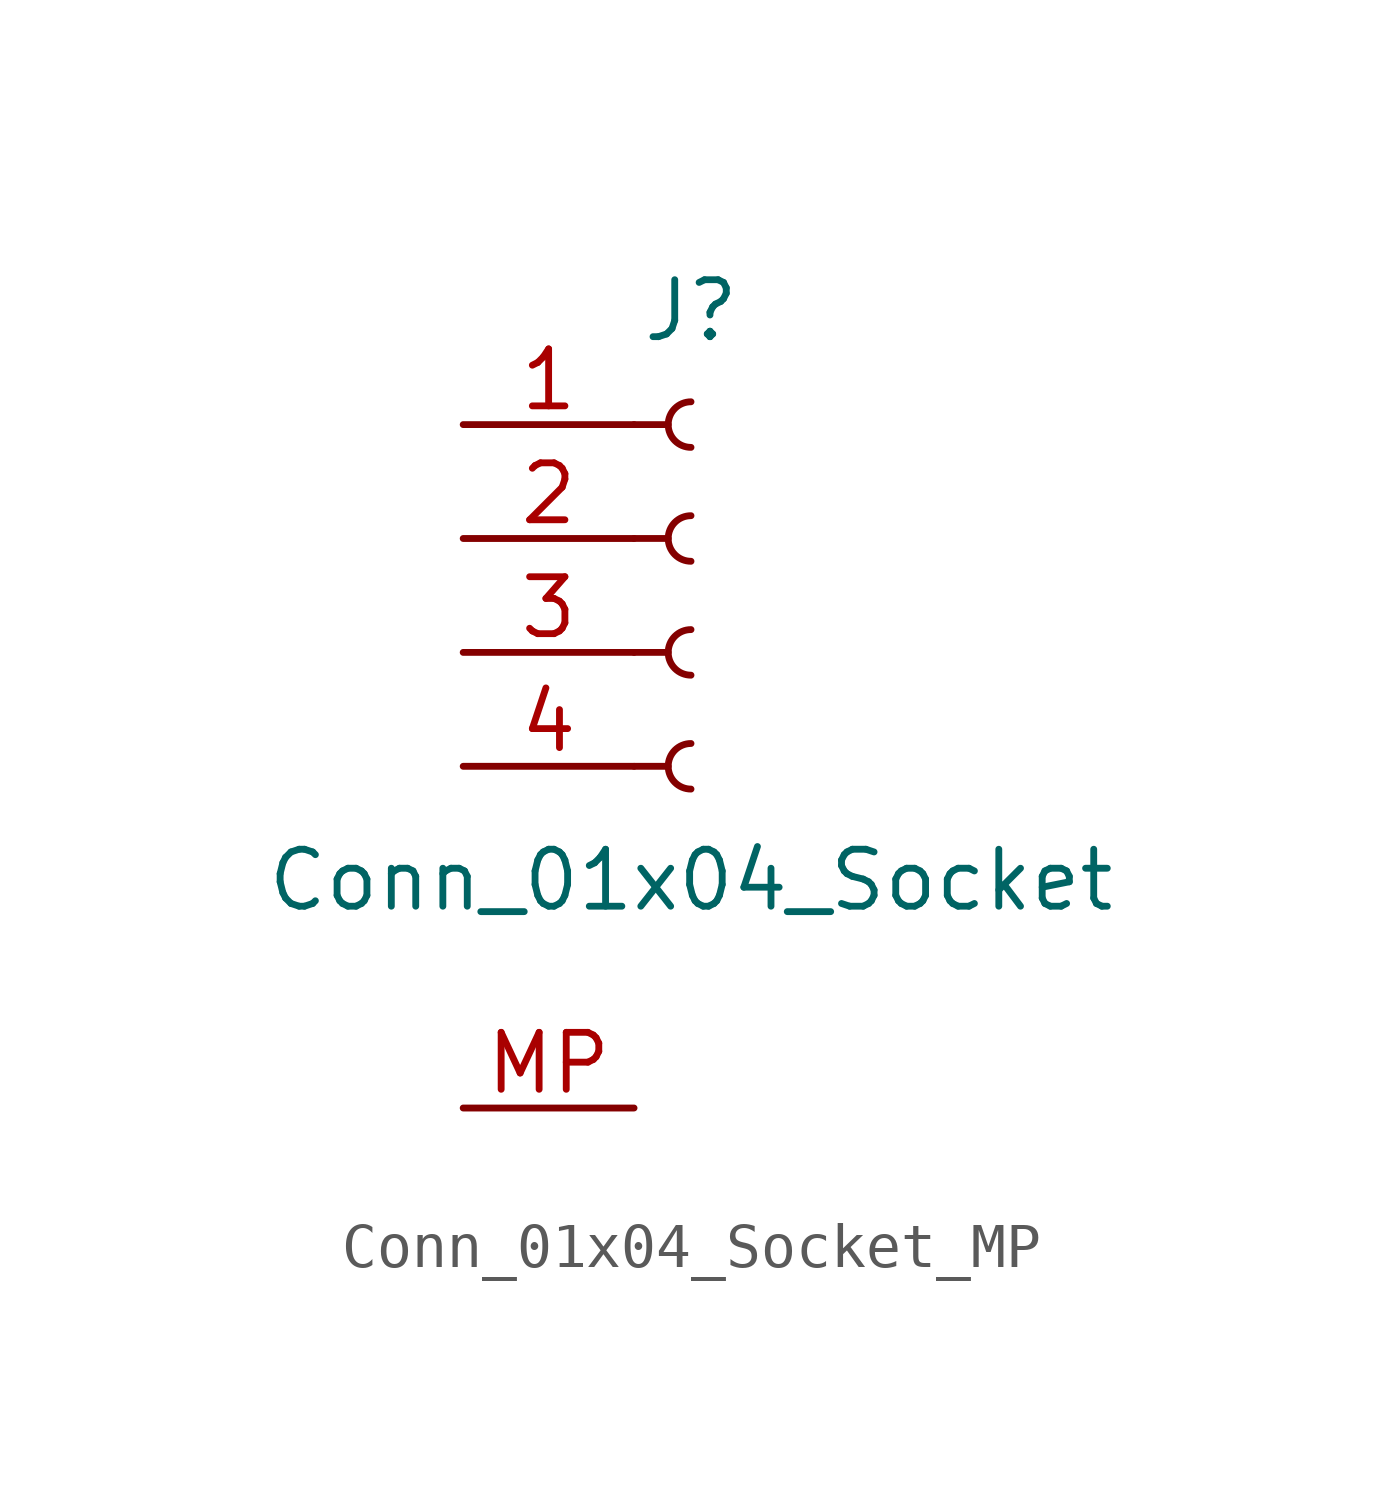
<source format=kicad_sym>
(kicad_symbol_lib
  (version 20220914)
  (generator kicad_symbol_editor)
  (symbol "Conn_01x04_Socket_MP"
    (pin_names
      (offset 1.016) hide)
    (property "Reference" "J"
      (at 0 5.08 0)
      (effects (font (size 1.27 1.27))))
    (property "Value" "Conn_01x04_Socket"
      (at 0 -7.62 0)
      (effects (font (size 1.27 1.27))))
    (property "ki_locked" ""
      (at 0 0 0)
      (effects (font (size 1.27 1.27))))
    (symbol "Conn_01x04_Socket_MP_1_1"
      (arc (start 0 -4.572) (mid -0.5058 -5.08) (end 0 -5.588) (stroke (width 0.1524) (type default)) (fill (type none)))
      (arc (start 0 -2.032) (mid -0.5058 -2.54) (end 0 -3.048) (stroke (width 0.1524) (type default)) (fill (type none)))
      (polyline (pts (xy -1.27 -5.08) (xy -0.508 -5.08)) (stroke (width 0.152) (type default)) (fill (type none)))
      (polyline (pts (xy -1.27 -2.54) (xy -0.508 -2.54)) (stroke (width 0.152) (type default)) (fill (type none)))
      (polyline (pts (xy -1.27 0) (xy -0.508 0)) (stroke (width 0.152) (type default)) (fill (type none)))
      (polyline (pts (xy -1.27 2.54) (xy -0.508 2.54)) (stroke (width 0.152) (type default)) (fill (type none)))
      (arc (start 0 0.508) (mid -0.5058 0) (end 0 -0.508) (stroke (width 0.1524) (type default)) (fill (type none)))
      (arc (start 0 3.048) (mid -0.5058 2.54) (end 0 2.032) (stroke (width 0.1524) (type default)) (fill (type none)))
      (pin passive line (at -5.08 2.54 0) (length 3.81) (name "Pin_1" (effects (font (size 1.27 1.27)))) (number "1" (effects (font (size 1.27 1.27)))))
      (pin passive line (at -5.08 0 0) (length 3.81) (name "Pin_2" (effects (font (size 1.27 1.27)))) (number "2" (effects (font (size 1.27 1.27)))))
      (pin passive line (at -5.08 -2.54 0) (length 3.81) (name "Pin_3" (effects (font (size 1.27 1.27)))) (number "3" (effects (font (size 1.27 1.27)))))
      (pin passive line (at -5.08 -5.08 0) (length 3.81) (name "Pin_4" (effects (font (size 1.27 1.27)))) (number "4" (effects (font (size 1.27 1.27)))))
      (pin passive line (at -5.08 -12.7 0) (length 3.81) (name "MP" (effects (font (size 1.27 1.27)))) (number "MP" (effects (font (size 1.27 1.27))))))))
</source>
